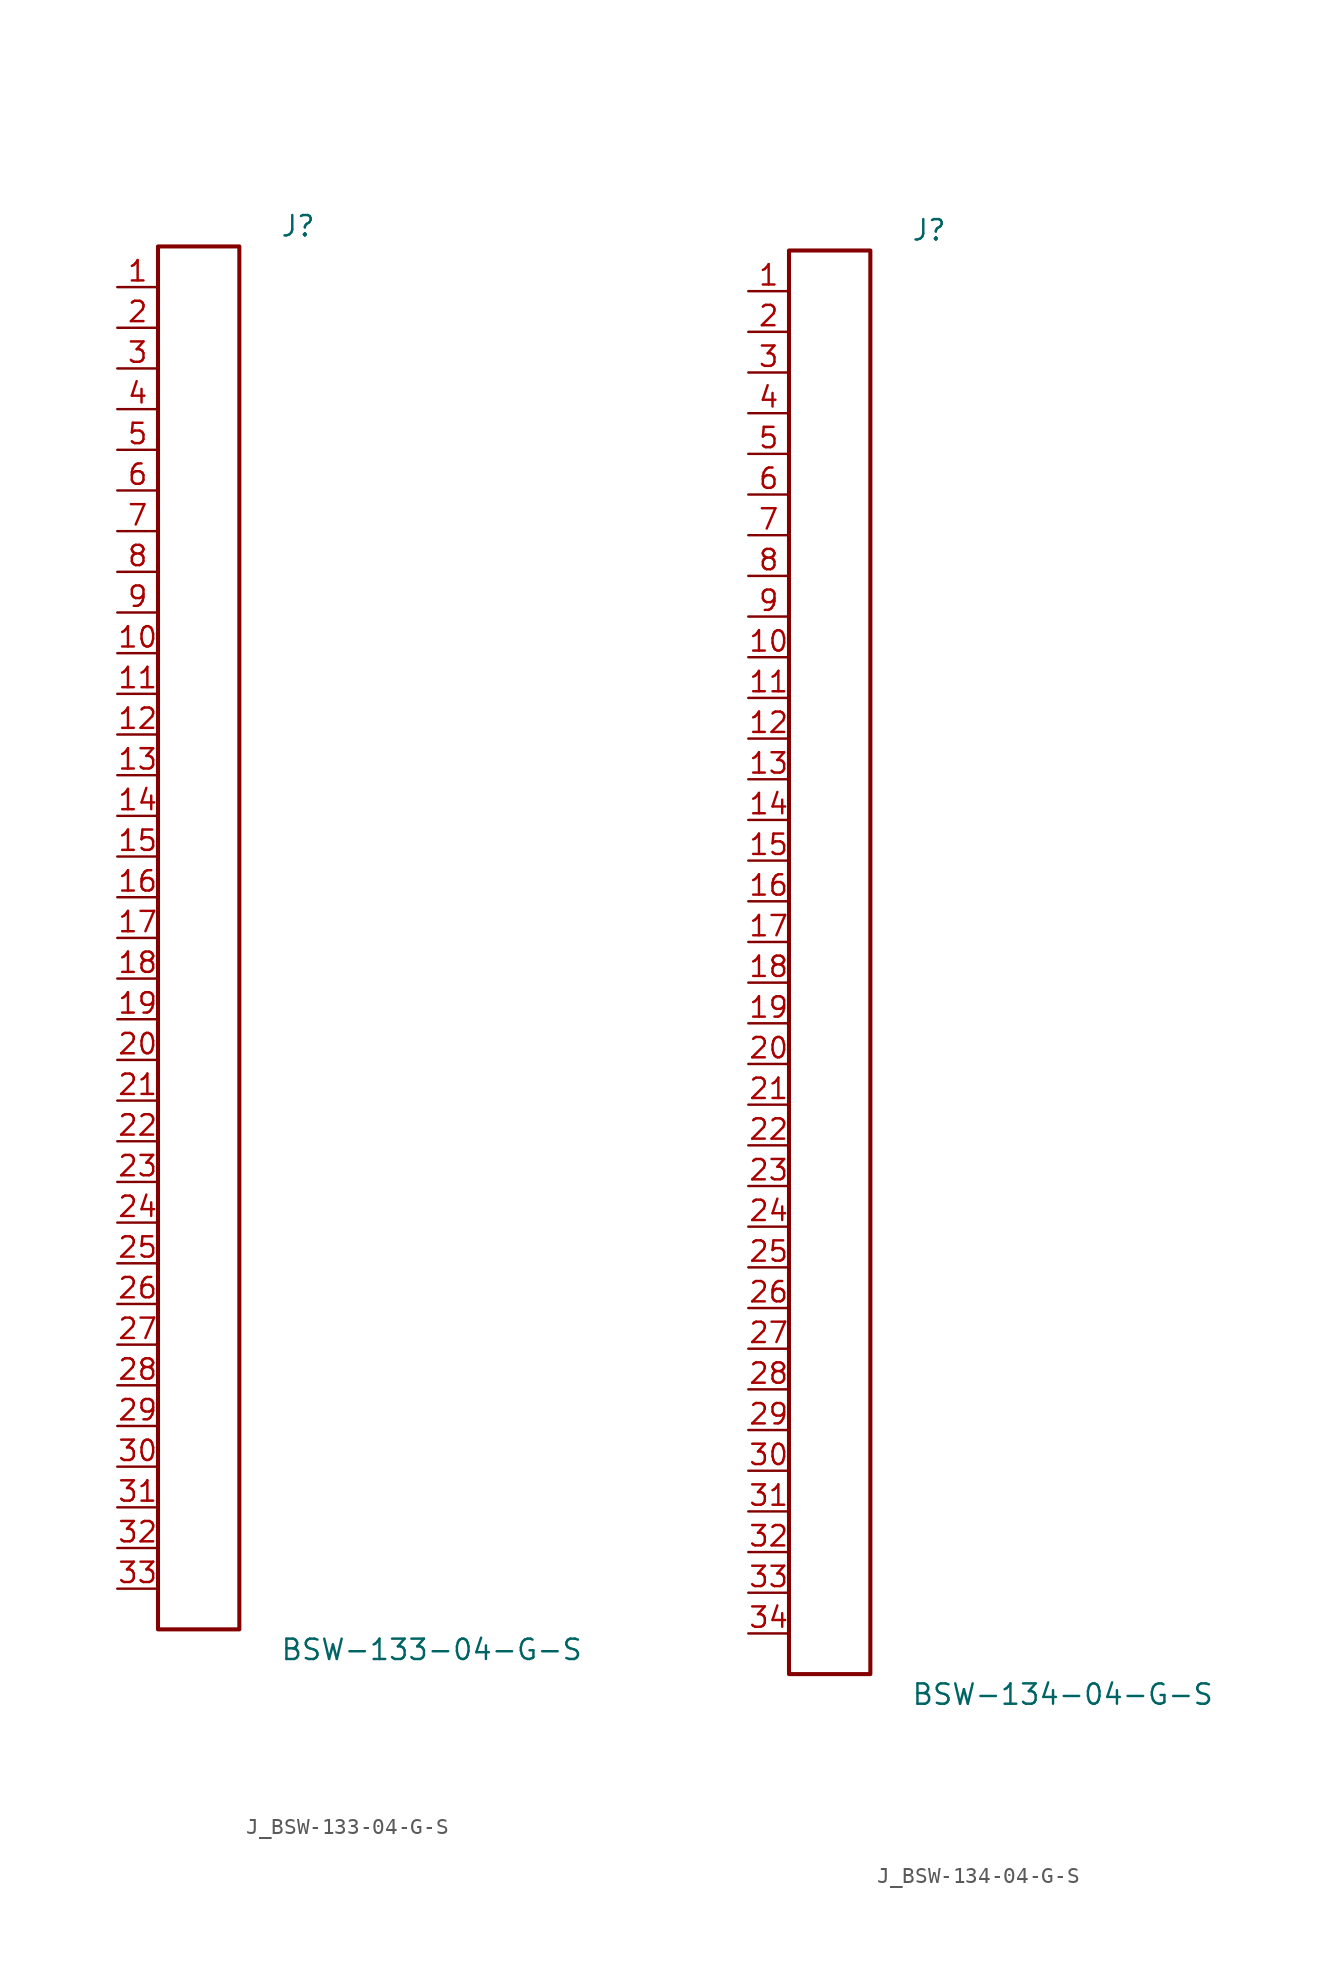
<source format=kicad_sym>
(kicad_symbol_lib
  (version 20231120)
  (generator kicad_symbol_editor)
  (generator_version 8.0)
  (symbol "J_BSW-133-04-G-S"
    (pin_names
      (offset 0.254))
    (property "Reference" "J"
      (at 5.08 44.45 0)
      (effects (font (size 1.27 1.27)) (justify left)))
    (property "Value" "BSW-133-04-G-S"
      (at 5.08 -44.45 0)
      (effects (font (size 1.27 1.27)) (justify left)))
    (symbol "J_BSW-133-04-G-S_0_0"
      (pin unspecified line (at -5.08 40.64 0) (length 2.54) (name "" (effects (font (size 1.27 1.27)))) (number "1" (effects (font (size 1.27 1.27)))))
      (pin unspecified line (at -5.08 38.1 0) (length 2.54) (name "" (effects (font (size 1.27 1.27)))) (number "2" (effects (font (size 1.27 1.27)))))
      (pin unspecified line (at -5.08 35.56 0) (length 2.54) (name "" (effects (font (size 1.27 1.27)))) (number "3" (effects (font (size 1.27 1.27)))))
      (pin unspecified line (at -5.08 33.02 0) (length 2.54) (name "" (effects (font (size 1.27 1.27)))) (number "4" (effects (font (size 1.27 1.27)))))
      (pin unspecified line (at -5.08 30.48 0) (length 2.54) (name "" (effects (font (size 1.27 1.27)))) (number "5" (effects (font (size 1.27 1.27)))))
      (pin unspecified line (at -5.08 27.94 0) (length 2.54) (name "" (effects (font (size 1.27 1.27)))) (number "6" (effects (font (size 1.27 1.27)))))
      (pin unspecified line (at -5.08 25.4 0) (length 2.54) (name "" (effects (font (size 1.27 1.27)))) (number "7" (effects (font (size 1.27 1.27)))))
      (pin unspecified line (at -5.08 22.86 0) (length 2.54) (name "" (effects (font (size 1.27 1.27)))) (number "8" (effects (font (size 1.27 1.27)))))
      (pin unspecified line (at -5.08 20.32 0) (length 2.54) (name "" (effects (font (size 1.27 1.27)))) (number "9" (effects (font (size 1.27 1.27)))))
      (pin unspecified line (at -5.08 17.78 0) (length 2.54) (name "" (effects (font (size 1.27 1.27)))) (number "10" (effects (font (size 1.27 1.27)))))
      (pin unspecified line (at -5.08 15.24 0) (length 2.54) (name "" (effects (font (size 1.27 1.27)))) (number "11" (effects (font (size 1.27 1.27)))))
      (pin unspecified line (at -5.08 12.7 0) (length 2.54) (name "" (effects (font (size 1.27 1.27)))) (number "12" (effects (font (size 1.27 1.27)))))
      (pin unspecified line (at -5.08 10.16 0) (length 2.54) (name "" (effects (font (size 1.27 1.27)))) (number "13" (effects (font (size 1.27 1.27)))))
      (pin unspecified line (at -5.08 7.62 0) (length 2.54) (name "" (effects (font (size 1.27 1.27)))) (number "14" (effects (font (size 1.27 1.27)))))
      (pin unspecified line (at -5.08 5.08 0) (length 2.54) (name "" (effects (font (size 1.27 1.27)))) (number "15" (effects (font (size 1.27 1.27)))))
      (pin unspecified line (at -5.08 2.54 0) (length 2.54) (name "" (effects (font (size 1.27 1.27)))) (number "16" (effects (font (size 1.27 1.27)))))
      (pin unspecified line (at -5.08 0.0 0) (length 2.54) (name "" (effects (font (size 1.27 1.27)))) (number "17" (effects (font (size 1.27 1.27)))))
      (pin unspecified line (at -5.08 -2.54 0) (length 2.54) (name "" (effects (font (size 1.27 1.27)))) (number "18" (effects (font (size 1.27 1.27)))))
      (pin unspecified line (at -5.08 -5.08 0) (length 2.54) (name "" (effects (font (size 1.27 1.27)))) (number "19" (effects (font (size 1.27 1.27)))))
      (pin unspecified line (at -5.08 -7.62 0) (length 2.54) (name "" (effects (font (size 1.27 1.27)))) (number "20" (effects (font (size 1.27 1.27)))))
      (pin unspecified line (at -5.08 -10.16 0) (length 2.54) (name "" (effects (font (size 1.27 1.27)))) (number "21" (effects (font (size 1.27 1.27)))))
      (pin unspecified line (at -5.08 -12.7 0) (length 2.54) (name "" (effects (font (size 1.27 1.27)))) (number "22" (effects (font (size 1.27 1.27)))))
      (pin unspecified line (at -5.08 -15.24 0) (length 2.54) (name "" (effects (font (size 1.27 1.27)))) (number "23" (effects (font (size 1.27 1.27)))))
      (pin unspecified line (at -5.08 -17.78 0) (length 2.54) (name "" (effects (font (size 1.27 1.27)))) (number "24" (effects (font (size 1.27 1.27)))))
      (pin unspecified line (at -5.08 -20.32 0) (length 2.54) (name "" (effects (font (size 1.27 1.27)))) (number "25" (effects (font (size 1.27 1.27)))))
      (pin unspecified line (at -5.08 -22.86 0) (length 2.54) (name "" (effects (font (size 1.27 1.27)))) (number "26" (effects (font (size 1.27 1.27)))))
      (pin unspecified line (at -5.08 -25.4 0) (length 2.54) (name "" (effects (font (size 1.27 1.27)))) (number "27" (effects (font (size 1.27 1.27)))))
      (pin unspecified line (at -5.08 -27.94 0) (length 2.54) (name "" (effects (font (size 1.27 1.27)))) (number "28" (effects (font (size 1.27 1.27)))))
      (pin unspecified line (at -5.08 -30.48 0) (length 2.54) (name "" (effects (font (size 1.27 1.27)))) (number "29" (effects (font (size 1.27 1.27)))))
      (pin unspecified line (at -5.08 -33.02 0) (length 2.54) (name "" (effects (font (size 1.27 1.27)))) (number "30" (effects (font (size 1.27 1.27)))))
      (pin unspecified line (at -5.08 -35.56 0) (length 2.54) (name "" (effects (font (size 1.27 1.27)))) (number "31" (effects (font (size 1.27 1.27)))))
      (pin unspecified line (at -5.08 -38.1 0) (length 2.54) (name "" (effects (font (size 1.27 1.27)))) (number "32" (effects (font (size 1.27 1.27)))))
      (pin unspecified line (at -5.08 -40.64 0) (length 2.54) (name "" (effects (font (size 1.27 1.27)))) (number "33" (effects (font (size 1.27 1.27))))))
    (symbol "J_BSW-133-04-G-S_1_0"
      (rectangle (start -2.54 43.18) (end 2.54 -43.18) (stroke (width 0.254) (type solid)) (fill (type none)))))
  (symbol "J_BSW-134-04-G-S"
    (pin_names
      (offset 0.254))
    (property "Reference" "J"
      (at 5.08 45.72 0)
      (effects (font (size 1.27 1.27)) (justify left)))
    (property "Value" "BSW-134-04-G-S"
      (at 5.08 -45.72 0)
      (effects (font (size 1.27 1.27)) (justify left)))
    (symbol "J_BSW-134-04-G-S_0_0"
      (pin unspecified line (at -5.08 41.91 0) (length 2.54) (name "" (effects (font (size 1.27 1.27)))) (number "1" (effects (font (size 1.27 1.27)))))
      (pin unspecified line (at -5.08 39.37 0) (length 2.54) (name "" (effects (font (size 1.27 1.27)))) (number "2" (effects (font (size 1.27 1.27)))))
      (pin unspecified line (at -5.08 36.83 0) (length 2.54) (name "" (effects (font (size 1.27 1.27)))) (number "3" (effects (font (size 1.27 1.27)))))
      (pin unspecified line (at -5.08 34.29 0) (length 2.54) (name "" (effects (font (size 1.27 1.27)))) (number "4" (effects (font (size 1.27 1.27)))))
      (pin unspecified line (at -5.08 31.75 0) (length 2.54) (name "" (effects (font (size 1.27 1.27)))) (number "5" (effects (font (size 1.27 1.27)))))
      (pin unspecified line (at -5.08 29.21 0) (length 2.54) (name "" (effects (font (size 1.27 1.27)))) (number "6" (effects (font (size 1.27 1.27)))))
      (pin unspecified line (at -5.08 26.67 0) (length 2.54) (name "" (effects (font (size 1.27 1.27)))) (number "7" (effects (font (size 1.27 1.27)))))
      (pin unspecified line (at -5.08 24.13 0) (length 2.54) (name "" (effects (font (size 1.27 1.27)))) (number "8" (effects (font (size 1.27 1.27)))))
      (pin unspecified line (at -5.08 21.59 0) (length 2.54) (name "" (effects (font (size 1.27 1.27)))) (number "9" (effects (font (size 1.27 1.27)))))
      (pin unspecified line (at -5.08 19.05 0) (length 2.54) (name "" (effects (font (size 1.27 1.27)))) (number "10" (effects (font (size 1.27 1.27)))))
      (pin unspecified line (at -5.08 16.51 0) (length 2.54) (name "" (effects (font (size 1.27 1.27)))) (number "11" (effects (font (size 1.27 1.27)))))
      (pin unspecified line (at -5.08 13.97 0) (length 2.54) (name "" (effects (font (size 1.27 1.27)))) (number "12" (effects (font (size 1.27 1.27)))))
      (pin unspecified line (at -5.08 11.43 0) (length 2.54) (name "" (effects (font (size 1.27 1.27)))) (number "13" (effects (font (size 1.27 1.27)))))
      (pin unspecified line (at -5.08 8.89 0) (length 2.54) (name "" (effects (font (size 1.27 1.27)))) (number "14" (effects (font (size 1.27 1.27)))))
      (pin unspecified line (at -5.08 6.35 0) (length 2.54) (name "" (effects (font (size 1.27 1.27)))) (number "15" (effects (font (size 1.27 1.27)))))
      (pin unspecified line (at -5.08 3.81 0) (length 2.54) (name "" (effects (font (size 1.27 1.27)))) (number "16" (effects (font (size 1.27 1.27)))))
      (pin unspecified line (at -5.08 1.27 0) (length 2.54) (name "" (effects (font (size 1.27 1.27)))) (number "17" (effects (font (size 1.27 1.27)))))
      (pin unspecified line (at -5.08 -1.27 0) (length 2.54) (name "" (effects (font (size 1.27 1.27)))) (number "18" (effects (font (size 1.27 1.27)))))
      (pin unspecified line (at -5.08 -3.81 0) (length 2.54) (name "" (effects (font (size 1.27 1.27)))) (number "19" (effects (font (size 1.27 1.27)))))
      (pin unspecified line (at -5.08 -6.35 0) (length 2.54) (name "" (effects (font (size 1.27 1.27)))) (number "20" (effects (font (size 1.27 1.27)))))
      (pin unspecified line (at -5.08 -8.89 0) (length 2.54) (name "" (effects (font (size 1.27 1.27)))) (number "21" (effects (font (size 1.27 1.27)))))
      (pin unspecified line (at -5.08 -11.43 0) (length 2.54) (name "" (effects (font (size 1.27 1.27)))) (number "22" (effects (font (size 1.27 1.27)))))
      (pin unspecified line (at -5.08 -13.97 0) (length 2.54) (name "" (effects (font (size 1.27 1.27)))) (number "23" (effects (font (size 1.27 1.27)))))
      (pin unspecified line (at -5.08 -16.51 0) (length 2.54) (name "" (effects (font (size 1.27 1.27)))) (number "24" (effects (font (size 1.27 1.27)))))
      (pin unspecified line (at -5.08 -19.05 0) (length 2.54) (name "" (effects (font (size 1.27 1.27)))) (number "25" (effects (font (size 1.27 1.27)))))
      (pin unspecified line (at -5.08 -21.59 0) (length 2.54) (name "" (effects (font (size 1.27 1.27)))) (number "26" (effects (font (size 1.27 1.27)))))
      (pin unspecified line (at -5.08 -24.13 0) (length 2.54) (name "" (effects (font (size 1.27 1.27)))) (number "27" (effects (font (size 1.27 1.27)))))
      (pin unspecified line (at -5.08 -26.67 0) (length 2.54) (name "" (effects (font (size 1.27 1.27)))) (number "28" (effects (font (size 1.27 1.27)))))
      (pin unspecified line (at -5.08 -29.21 0) (length 2.54) (name "" (effects (font (size 1.27 1.27)))) (number "29" (effects (font (size 1.27 1.27)))))
      (pin unspecified line (at -5.08 -31.75 0) (length 2.54) (name "" (effects (font (size 1.27 1.27)))) (number "30" (effects (font (size 1.27 1.27)))))
      (pin unspecified line (at -5.08 -34.29 0) (length 2.54) (name "" (effects (font (size 1.27 1.27)))) (number "31" (effects (font (size 1.27 1.27)))))
      (pin unspecified line (at -5.08 -36.83 0) (length 2.54) (name "" (effects (font (size 1.27 1.27)))) (number "32" (effects (font (size 1.27 1.27)))))
      (pin unspecified line (at -5.08 -39.37 0) (length 2.54) (name "" (effects (font (size 1.27 1.27)))) (number "33" (effects (font (size 1.27 1.27)))))
      (pin unspecified line (at -5.08 -41.91 0) (length 2.54) (name "" (effects (font (size 1.27 1.27)))) (number "34" (effects (font (size 1.27 1.27))))))
    (symbol "J_BSW-134-04-G-S_1_0"
      (rectangle (start -2.54 44.45) (end 2.54 -44.45) (stroke (width 0.254) (type solid)) (fill (type none))))))
</source>
